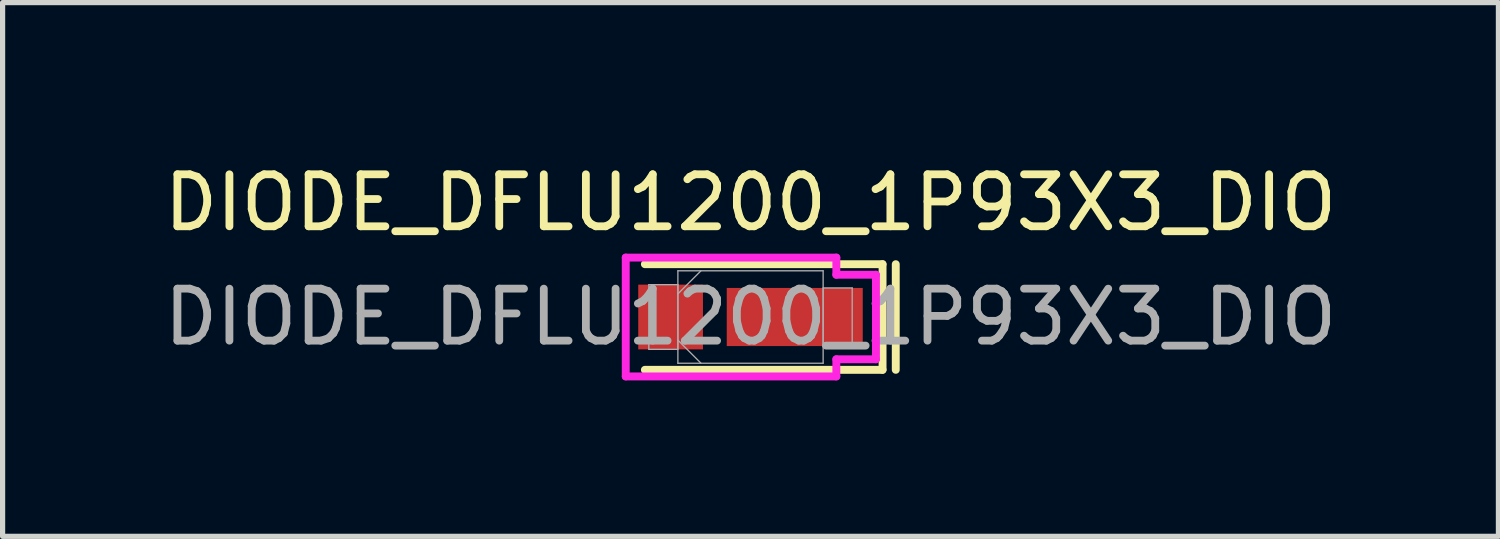
<source format=kicad_pcb>
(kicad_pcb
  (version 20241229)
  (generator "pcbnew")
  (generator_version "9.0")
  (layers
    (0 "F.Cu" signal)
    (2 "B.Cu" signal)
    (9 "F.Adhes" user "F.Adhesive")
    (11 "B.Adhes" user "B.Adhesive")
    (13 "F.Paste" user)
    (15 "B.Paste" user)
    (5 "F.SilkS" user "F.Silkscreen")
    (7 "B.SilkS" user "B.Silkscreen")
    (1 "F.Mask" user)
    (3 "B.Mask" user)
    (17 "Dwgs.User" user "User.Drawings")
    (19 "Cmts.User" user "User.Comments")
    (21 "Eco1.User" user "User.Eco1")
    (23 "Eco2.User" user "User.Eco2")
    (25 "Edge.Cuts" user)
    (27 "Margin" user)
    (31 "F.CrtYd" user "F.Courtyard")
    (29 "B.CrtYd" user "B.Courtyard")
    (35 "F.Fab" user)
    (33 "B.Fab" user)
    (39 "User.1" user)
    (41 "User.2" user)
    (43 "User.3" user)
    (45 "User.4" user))
  (footprint "DIODE_DFLU1200_1P93X3_DIO"
    (layer "F.Cu")
    (at 11.387 3.048)
    (property "Reference" "DIODE_DFLU1200_1P93X3_DIO" (at 0 -2.2 0) (unlocked yes) (layer "F.SilkS") (effects (font (size 1 1) (thickness 0.15))))
    (attr smd)
    (fp_line (start -2.032 1.016) (end 2.54 1.016) (stroke (width 0.152) (type solid)) (layer "F.SilkS"))
    (fp_line (start 2.54 -1.016) (end -2.032 -1.016) (stroke (width 0.152) (type solid)) (layer "F.SilkS"))
    (fp_line (start 2.54 1.016) (end 2.54 -1.016) (stroke (width 0.152) (type solid)) (layer "F.SilkS"))
    (fp_line (start 2.794 1.016) (end 2.794 -1.016) (stroke (width 0.152) (type solid)) (layer "F.SilkS"))
    (fp_line (start -2.4 -1.143) (end 1.651 -1.143) (stroke (width 0.152) (type solid)) (layer "F.CrtYd"))
    (fp_line (start -2.4 1.143) (end -2.4 -1.143) (stroke (width 0.152) (type solid)) (layer "F.CrtYd"))
    (fp_line (start 1.651 -1.143) (end 1.651 -0.813) (stroke (width 0.152) (type solid)) (layer "F.CrtYd"))
    (fp_line (start 1.651 -0.813) (end 2.413 -0.813) (stroke (width 0.152) (type solid)) (layer "F.CrtYd"))
    (fp_line (start 1.651 0.813) (end 1.651 1.143) (stroke (width 0.152) (type solid)) (layer "F.CrtYd"))
    (fp_line (start 1.651 1.143) (end -2.4 1.143) (stroke (width 0.152) (type solid)) (layer "F.CrtYd"))
    (fp_line (start 2.413 -0.813) (end 2.413 0.813) (stroke (width 0.152) (type solid)) (layer "F.CrtYd"))
    (fp_line (start 2.413 0.813) (end 1.651 0.813) (stroke (width 0.152) (type solid)) (layer "F.CrtYd"))
    (fp_line (start -1.956 -0.622) (end -1.956 0.622) (stroke (width 0.025) (type solid)) (layer "F.Fab"))
    (fp_line (start -1.956 0.622) (end -1.397 0.622) (stroke (width 0.025) (type solid)) (layer "F.Fab"))
    (fp_line (start -1.397 -0.889) (end -1.397 0.889) (stroke (width 0.025) (type solid)) (layer "F.Fab"))
    (fp_line (start -1.397 -0.622) (end -1.956 -0.622) (stroke (width 0.025) (type solid)) (layer "F.Fab"))
    (fp_line (start -1.397 -0.445) (end -0.953 -0.889) (stroke (width 0.025) (type solid)) (layer "F.Fab"))
    (fp_line (start -1.397 0.445) (end -0.953 0.889) (stroke (width 0.025) (type solid)) (layer "F.Fab"))
    (fp_line (start -1.397 0.622) (end -1.397 -0.622) (stroke (width 0.025) (type solid)) (layer "F.Fab"))
    (fp_line (start -1.397 0.889) (end 1.397 0.889) (stroke (width 0.025) (type solid)) (layer "F.Fab"))
    (fp_line (start 1.397 -0.889) (end -1.397 -0.889) (stroke (width 0.025) (type solid)) (layer "F.Fab"))
    (fp_line (start 1.397 -0.559) (end 1.397 0.559) (stroke (width 0.025) (type solid)) (layer "F.Fab"))
    (fp_line (start 1.397 0.559) (end 1.956 0.559) (stroke (width 0.025) (type solid)) (layer "F.Fab"))
    (fp_line (start 1.397 0.889) (end 1.397 -0.889) (stroke (width 0.025) (type solid)) (layer "F.Fab"))
    (fp_line (start 1.956 -0.559) (end 1.397 -0.559) (stroke (width 0.025) (type solid)) (layer "F.Fab"))
    (fp_line (start 1.956 0.559) (end 1.956 -0.559) (stroke (width 0.025) (type solid)) (layer "F.Fab"))
    (fp_text user "${REFERENCE}" (at 0 0 0) (unlocked yes) (layer "F.Fab") (effects (font (size 1 1) (thickness 0.15))))
    (pad "1" smd rect (at 0.851 0) (size 2.616 1.118) (layers "F.Cu" "F.Mask" "F.Paste"))
    (pad "2" smd rect (at -1.537 0) (size 1.245 1.245) (layers "F.Cu" "F.Mask" "F.Paste"))
    (zone (net_name "") (layer "F.Cu") (hatch full 0.508) (connect_pads) (min_thickness 0.254) (filled_areas_thickness no) (keepout (tracks not_allowed) (vias not_allowed) (pads allowed) (copperpour not_allowed) (footprints allowed)) (placement (enabled no)) (fill) (polygon (pts (xy 10.523 2.21) (xy 10.879 2.21) (xy 10.879 3.886) (xy 10.523 3.886)))))
  (gr_rect
    (start -3 -3)
    (end 25.774 7.267)
    (stroke (width 0.1) (type default))
    (fill no)
    (layer "Edge.Cuts")))
</source>
